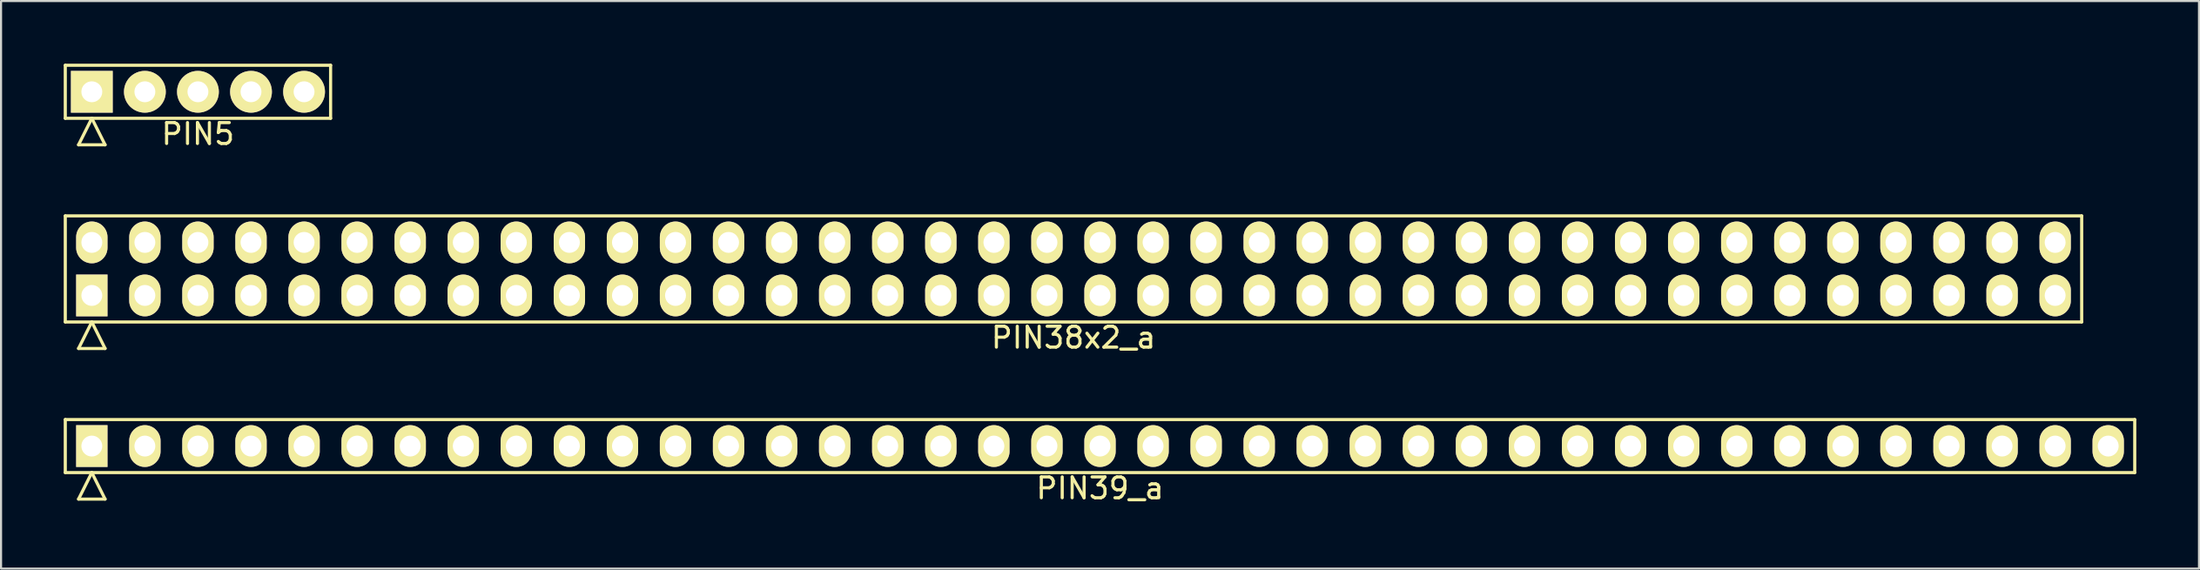
<source format=kicad_pcb>
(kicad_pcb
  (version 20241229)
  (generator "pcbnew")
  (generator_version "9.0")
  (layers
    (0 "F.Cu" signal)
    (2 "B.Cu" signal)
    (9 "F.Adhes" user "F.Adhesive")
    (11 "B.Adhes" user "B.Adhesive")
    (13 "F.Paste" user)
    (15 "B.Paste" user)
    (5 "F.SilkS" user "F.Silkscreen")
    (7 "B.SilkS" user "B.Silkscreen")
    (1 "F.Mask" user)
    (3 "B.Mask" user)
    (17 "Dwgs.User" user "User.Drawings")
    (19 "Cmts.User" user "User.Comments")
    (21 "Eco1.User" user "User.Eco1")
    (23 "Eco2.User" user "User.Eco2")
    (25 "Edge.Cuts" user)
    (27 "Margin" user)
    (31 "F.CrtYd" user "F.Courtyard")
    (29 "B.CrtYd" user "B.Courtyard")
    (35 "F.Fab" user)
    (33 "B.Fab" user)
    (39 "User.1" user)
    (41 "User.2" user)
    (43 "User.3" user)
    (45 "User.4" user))
  (footprint "PIN38x2_a"
    (layer "F.Cu")
    (at 48.335 9.828)
    (property "Reference" "PIN38x2_a" (at 0 3.29 0) (layer "F.SilkS") (effects (font (size 1 1) (thickness 0.15))))
    (attr through_hole)
    (fp_line (start -48.26 -2.54) (end -48.26 2.54) (stroke (width 0.15) (type solid)) (layer "F.SilkS"))
    (fp_line (start -48.26 2.54) (end 48.26 2.54) (stroke (width 0.15) (type solid)) (layer "F.SilkS"))
    (fp_line (start -47.625 3.81) (end -46.99 2.54) (stroke (width 0.15) (type solid)) (layer "F.SilkS"))
    (fp_line (start -47.625 3.81) (end -46.355 3.81) (stroke (width 0.15) (type solid)) (layer "F.SilkS"))
    (fp_line (start -46.355 3.81) (end -46.99 2.54) (stroke (width 0.15) (type solid)) (layer "F.SilkS"))
    (fp_line (start 48.26 -2.54) (end -48.26 -2.54) (stroke (width 0.15) (type solid)) (layer "F.SilkS"))
    (fp_line (start 48.26 2.54) (end 48.26 -2.54) (stroke (width 0.15) (type solid)) (layer "F.SilkS"))
    (pad "1" thru_hole rect (at -46.99 1.27) (size 1.5 2) (drill 1) (layers "*.Cu" "*.Mask" "F.SilkS"))
    (pad "2" thru_hole oval (at -46.99 -1.27) (size 1.5 2) (drill 1) (layers "*.Cu" "*.Mask" "F.SilkS"))
    (pad "3" thru_hole oval (at -44.45 1.27) (size 1.5 2) (drill 1) (layers "*.Cu" "*.Mask" "F.SilkS"))
    (pad "4" thru_hole oval (at -44.45 -1.27) (size 1.5 2) (drill 1) (layers "*.Cu" "*.Mask" "F.SilkS"))
    (pad "5" thru_hole oval (at -41.91 1.27) (size 1.5 2) (drill 1) (layers "*.Cu" "*.Mask" "F.SilkS"))
    (pad "6" thru_hole oval (at -41.91 -1.27) (size 1.5 2) (drill 1) (layers "*.Cu" "*.Mask" "F.SilkS"))
    (pad "7" thru_hole oval (at -39.37 1.27) (size 1.5 2) (drill 1) (layers "*.Cu" "*.Mask" "F.SilkS"))
    (pad "8" thru_hole oval (at -39.37 -1.27) (size 1.5 2) (drill 1) (layers "*.Cu" "*.Mask" "F.SilkS"))
    (pad "9" thru_hole oval (at -36.83 1.27) (size 1.5 2) (drill 1) (layers "*.Cu" "*.Mask" "F.SilkS"))
    (pad "10" thru_hole oval (at -36.83 -1.27) (size 1.5 2) (drill 1) (layers "*.Cu" "*.Mask" "F.SilkS"))
    (pad "11" thru_hole oval (at -34.29 1.27) (size 1.5 2) (drill 1) (layers "*.Cu" "*.Mask" "F.SilkS"))
    (pad "12" thru_hole oval (at -34.29 -1.27) (size 1.5 2) (drill 1) (layers "*.Cu" "*.Mask" "F.SilkS"))
    (pad "13" thru_hole oval (at -31.75 1.27) (size 1.5 2) (drill 1) (layers "*.Cu" "*.Mask" "F.SilkS"))
    (pad "14" thru_hole oval (at -31.75 -1.27) (size 1.5 2) (drill 1) (layers "*.Cu" "*.Mask" "F.SilkS"))
    (pad "15" thru_hole oval (at -29.21 1.27) (size 1.5 2) (drill 1) (layers "*.Cu" "*.Mask" "F.SilkS"))
    (pad "16" thru_hole oval (at -29.21 -1.27) (size 1.5 2) (drill 1) (layers "*.Cu" "*.Mask" "F.SilkS"))
    (pad "17" thru_hole oval (at -26.67 1.27) (size 1.5 2) (drill 1) (layers "*.Cu" "*.Mask" "F.SilkS"))
    (pad "18" thru_hole oval (at -26.67 -1.27) (size 1.5 2) (drill 1) (layers "*.Cu" "*.Mask" "F.SilkS"))
    (pad "19" thru_hole oval (at -24.13 1.27) (size 1.5 2) (drill 1) (layers "*.Cu" "*.Mask" "F.SilkS"))
    (pad "20" thru_hole oval (at -24.13 -1.27) (size 1.5 2) (drill 1) (layers "*.Cu" "*.Mask" "F.SilkS"))
    (pad "21" thru_hole oval (at -21.59 1.27) (size 1.5 2) (drill 1) (layers "*.Cu" "*.Mask" "F.SilkS"))
    (pad "22" thru_hole oval (at -21.59 -1.27) (size 1.5 2) (drill 1) (layers "*.Cu" "*.Mask" "F.SilkS"))
    (pad "23" thru_hole oval (at -19.05 1.27) (size 1.5 2) (drill 1) (layers "*.Cu" "*.Mask" "F.SilkS"))
    (pad "24" thru_hole oval (at -19.05 -1.27) (size 1.5 2) (drill 1) (layers "*.Cu" "*.Mask" "F.SilkS"))
    (pad "25" thru_hole oval (at -16.51 1.27) (size 1.5 2) (drill 1) (layers "*.Cu" "*.Mask" "F.SilkS"))
    (pad "26" thru_hole oval (at -16.51 -1.27) (size 1.5 2) (drill 1) (layers "*.Cu" "*.Mask" "F.SilkS"))
    (pad "27" thru_hole oval (at -13.97 1.27) (size 1.5 2) (drill 1) (layers "*.Cu" "*.Mask" "F.SilkS"))
    (pad "28" thru_hole oval (at -13.97 -1.27) (size 1.5 2) (drill 1) (layers "*.Cu" "*.Mask" "F.SilkS"))
    (pad "29" thru_hole oval (at -11.43 1.27) (size 1.5 2) (drill 1) (layers "*.Cu" "*.Mask" "F.SilkS"))
    (pad "30" thru_hole oval (at -11.43 -1.27) (size 1.5 2) (drill 1) (layers "*.Cu" "*.Mask" "F.SilkS"))
    (pad "31" thru_hole oval (at -8.89 1.27) (size 1.5 2) (drill 1) (layers "*.Cu" "*.Mask" "F.SilkS"))
    (pad "32" thru_hole oval (at -8.89 -1.27) (size 1.5 2) (drill 1) (layers "*.Cu" "*.Mask" "F.SilkS"))
    (pad "33" thru_hole oval (at -6.35 1.27) (size 1.5 2) (drill 1) (layers "*.Cu" "*.Mask" "F.SilkS"))
    (pad "34" thru_hole oval (at -6.35 -1.27) (size 1.5 2) (drill 1) (layers "*.Cu" "*.Mask" "F.SilkS"))
    (pad "35" thru_hole oval (at -3.81 1.27) (size 1.5 2) (drill 1) (layers "*.Cu" "*.Mask" "F.SilkS"))
    (pad "36" thru_hole oval (at -3.81 -1.27) (size 1.5 2) (drill 1) (layers "*.Cu" "*.Mask" "F.SilkS"))
    (pad "37" thru_hole oval (at -1.27 1.27) (size 1.5 2) (drill 1) (layers "*.Cu" "*.Mask" "F.SilkS"))
    (pad "38" thru_hole oval (at -1.27 -1.27) (size 1.5 2) (drill 1) (layers "*.Cu" "*.Mask" "F.SilkS"))
    (pad "39" thru_hole oval (at 1.27 1.27) (size 1.5 2) (drill 1) (layers "*.Cu" "*.Mask" "F.SilkS"))
    (pad "40" thru_hole oval (at 1.27 -1.27) (size 1.5 2) (drill 1) (layers "*.Cu" "*.Mask" "F.SilkS"))
    (pad "41" thru_hole oval (at 3.81 1.27) (size 1.5 2) (drill 1) (layers "*.Cu" "*.Mask" "F.SilkS"))
    (pad "42" thru_hole oval (at 3.81 -1.27) (size 1.5 2) (drill 1) (layers "*.Cu" "*.Mask" "F.SilkS"))
    (pad "43" thru_hole oval (at 6.35 1.27) (size 1.5 2) (drill 1) (layers "*.Cu" "*.Mask" "F.SilkS"))
    (pad "44" thru_hole oval (at 6.35 -1.27) (size 1.5 2) (drill 1) (layers "*.Cu" "*.Mask" "F.SilkS"))
    (pad "45" thru_hole oval (at 8.89 1.27) (size 1.5 2) (drill 1) (layers "*.Cu" "*.Mask" "F.SilkS"))
    (pad "46" thru_hole oval (at 8.89 -1.27) (size 1.5 2) (drill 1) (layers "*.Cu" "*.Mask" "F.SilkS"))
    (pad "47" thru_hole oval (at 11.43 1.27) (size 1.5 2) (drill 1) (layers "*.Cu" "*.Mask" "F.SilkS"))
    (pad "48" thru_hole oval (at 11.43 -1.27) (size 1.5 2) (drill 1) (layers "*.Cu" "*.Mask" "F.SilkS"))
    (pad "49" thru_hole oval (at 13.97 1.27) (size 1.5 2) (drill 1) (layers "*.Cu" "*.Mask" "F.SilkS"))
    (pad "50" thru_hole oval (at 13.97 -1.27) (size 1.5 2) (drill 1) (layers "*.Cu" "*.Mask" "F.SilkS"))
    (pad "51" thru_hole oval (at 16.51 1.27) (size 1.5 2) (drill 1) (layers "*.Cu" "*.Mask" "F.SilkS"))
    (pad "52" thru_hole oval (at 16.51 -1.27) (size 1.5 2) (drill 1) (layers "*.Cu" "*.Mask" "F.SilkS"))
    (pad "53" thru_hole oval (at 19.05 1.27) (size 1.5 2) (drill 1) (layers "*.Cu" "*.Mask" "F.SilkS"))
    (pad "54" thru_hole oval (at 19.05 -1.27) (size 1.5 2) (drill 1) (layers "*.Cu" "*.Mask" "F.SilkS"))
    (pad "55" thru_hole oval (at 21.59 1.27) (size 1.5 2) (drill 1) (layers "*.Cu" "*.Mask" "F.SilkS"))
    (pad "56" thru_hole oval (at 21.59 -1.27) (size 1.5 2) (drill 1) (layers "*.Cu" "*.Mask" "F.SilkS"))
    (pad "57" thru_hole oval (at 24.13 1.27) (size 1.5 2) (drill 1) (layers "*.Cu" "*.Mask" "F.SilkS"))
    (pad "58" thru_hole oval (at 24.13 -1.27) (size 1.5 2) (drill 1) (layers "*.Cu" "*.Mask" "F.SilkS"))
    (pad "59" thru_hole oval (at 26.67 1.27) (size 1.5 2) (drill 1) (layers "*.Cu" "*.Mask" "F.SilkS"))
    (pad "60" thru_hole oval (at 26.67 -1.27) (size 1.5 2) (drill 1) (layers "*.Cu" "*.Mask" "F.SilkS"))
    (pad "61" thru_hole oval (at 29.21 1.27) (size 1.5 2) (drill 1) (layers "*.Cu" "*.Mask" "F.SilkS"))
    (pad "62" thru_hole oval (at 29.21 -1.27) (size 1.5 2) (drill 1) (layers "*.Cu" "*.Mask" "F.SilkS"))
    (pad "63" thru_hole oval (at 31.75 1.27) (size 1.5 2) (drill 1) (layers "*.Cu" "*.Mask" "F.SilkS"))
    (pad "64" thru_hole oval (at 31.75 -1.27) (size 1.5 2) (drill 1) (layers "*.Cu" "*.Mask" "F.SilkS"))
    (pad "65" thru_hole oval (at 34.29 1.27) (size 1.5 2) (drill 1) (layers "*.Cu" "*.Mask" "F.SilkS"))
    (pad "66" thru_hole oval (at 34.29 -1.27) (size 1.5 2) (drill 1) (layers "*.Cu" "*.Mask" "F.SilkS"))
    (pad "67" thru_hole oval (at 36.83 1.27) (size 1.5 2) (drill 1) (layers "*.Cu" "*.Mask" "F.SilkS"))
    (pad "68" thru_hole oval (at 36.83 -1.27) (size 1.5 2) (drill 1) (layers "*.Cu" "*.Mask" "F.SilkS"))
    (pad "69" thru_hole oval (at 39.37 1.27) (size 1.5 2) (drill 1) (layers "*.Cu" "*.Mask" "F.SilkS"))
    (pad "70" thru_hole oval (at 39.37 -1.27) (size 1.5 2) (drill 1) (layers "*.Cu" "*.Mask" "F.SilkS"))
    (pad "71" thru_hole oval (at 41.91 1.27) (size 1.5 2) (drill 1) (layers "*.Cu" "*.Mask" "F.SilkS"))
    (pad "72" thru_hole oval (at 41.91 -1.27) (size 1.5 2) (drill 1) (layers "*.Cu" "*.Mask" "F.SilkS"))
    (pad "73" thru_hole oval (at 44.45 1.27) (size 1.5 2) (drill 1) (layers "*.Cu" "*.Mask" "F.SilkS"))
    (pad "74" thru_hole oval (at 44.45 -1.27) (size 1.5 2) (drill 1) (layers "*.Cu" "*.Mask" "F.SilkS"))
    (pad "75" thru_hole oval (at 46.99 1.27) (size 1.5 2) (drill 1) (layers "*.Cu" "*.Mask" "F.SilkS"))
    (pad "76" thru_hole oval (at 46.99 -1.27) (size 1.5 2) (drill 1) (layers "*.Cu" "*.Mask" "F.SilkS")))
  (footprint "PIN39_a"
    (layer "F.Cu")
    (at 49.605 18.311)
    (property "Reference" "PIN39_a" (at 0 2.02 0) (layer "F.SilkS") (effects (font (size 1 1) (thickness 0.15))))
    (attr through_hole)
    (fp_line (start -49.53 -1.27) (end -49.53 1.27) (stroke (width 0.15) (type solid)) (layer "F.SilkS"))
    (fp_line (start -49.53 1.27) (end 49.53 1.27) (stroke (width 0.15) (type solid)) (layer "F.SilkS"))
    (fp_line (start -48.895 2.54) (end -48.26 1.27) (stroke (width 0.15) (type solid)) (layer "F.SilkS"))
    (fp_line (start -48.895 2.54) (end -47.625 2.54) (stroke (width 0.15) (type solid)) (layer "F.SilkS"))
    (fp_line (start -47.625 2.54) (end -48.26 1.27) (stroke (width 0.15) (type solid)) (layer "F.SilkS"))
    (fp_line (start 49.53 -1.27) (end -49.53 -1.27) (stroke (width 0.15) (type solid)) (layer "F.SilkS"))
    (fp_line (start 49.53 1.27) (end 49.53 -1.27) (stroke (width 0.15) (type solid)) (layer "F.SilkS"))
    (pad "1" thru_hole rect (at -48.26 0) (size 1.5 2) (drill 1) (layers "*.Cu" "*.Mask" "F.SilkS"))
    (pad "2" thru_hole oval (at -45.72 0) (size 1.5 2) (drill 1) (layers "*.Cu" "*.Mask" "F.SilkS"))
    (pad "3" thru_hole oval (at -43.18 0) (size 1.5 2) (drill 1) (layers "*.Cu" "*.Mask" "F.SilkS"))
    (pad "4" thru_hole oval (at -40.64 0) (size 1.5 2) (drill 1) (layers "*.Cu" "*.Mask" "F.SilkS"))
    (pad "5" thru_hole oval (at -38.1 0) (size 1.5 2) (drill 1) (layers "*.Cu" "*.Mask" "F.SilkS"))
    (pad "6" thru_hole oval (at -35.56 0) (size 1.5 2) (drill 1) (layers "*.Cu" "*.Mask" "F.SilkS"))
    (pad "7" thru_hole oval (at -33.02 0) (size 1.5 2) (drill 1) (layers "*.Cu" "*.Mask" "F.SilkS"))
    (pad "8" thru_hole oval (at -30.48 0) (size 1.5 2) (drill 1) (layers "*.Cu" "*.Mask" "F.SilkS"))
    (pad "9" thru_hole oval (at -27.94 0) (size 1.5 2) (drill 1) (layers "*.Cu" "*.Mask" "F.SilkS"))
    (pad "10" thru_hole oval (at -25.4 0) (size 1.5 2) (drill 1) (layers "*.Cu" "*.Mask" "F.SilkS"))
    (pad "11" thru_hole oval (at -22.86 0) (size 1.5 2) (drill 1) (layers "*.Cu" "*.Mask" "F.SilkS"))
    (pad "12" thru_hole oval (at -20.32 0) (size 1.5 2) (drill 1) (layers "*.Cu" "*.Mask" "F.SilkS"))
    (pad "13" thru_hole oval (at -17.78 0) (size 1.5 2) (drill 1) (layers "*.Cu" "*.Mask" "F.SilkS"))
    (pad "14" thru_hole oval (at -15.24 0) (size 1.5 2) (drill 1) (layers "*.Cu" "*.Mask" "F.SilkS"))
    (pad "15" thru_hole oval (at -12.7 0) (size 1.5 2) (drill 1) (layers "*.Cu" "*.Mask" "F.SilkS"))
    (pad "16" thru_hole oval (at -10.16 0) (size 1.5 2) (drill 1) (layers "*.Cu" "*.Mask" "F.SilkS"))
    (pad "17" thru_hole oval (at -7.62 0) (size 1.5 2) (drill 1) (layers "*.Cu" "*.Mask" "F.SilkS"))
    (pad "18" thru_hole oval (at -5.08 0) (size 1.5 2) (drill 1) (layers "*.Cu" "*.Mask" "F.SilkS"))
    (pad "19" thru_hole oval (at -2.54 0) (size 1.5 2) (drill 1) (layers "*.Cu" "*.Mask" "F.SilkS"))
    (pad "20" thru_hole oval (at 0 0) (size 1.5 2) (drill 1) (layers "*.Cu" "*.Mask" "F.SilkS"))
    (pad "21" thru_hole oval (at 2.54 0) (size 1.5 2) (drill 1) (layers "*.Cu" "*.Mask" "F.SilkS"))
    (pad "22" thru_hole oval (at 5.08 0) (size 1.5 2) (drill 1) (layers "*.Cu" "*.Mask" "F.SilkS"))
    (pad "23" thru_hole oval (at 7.62 0) (size 1.5 2) (drill 1) (layers "*.Cu" "*.Mask" "F.SilkS"))
    (pad "24" thru_hole oval (at 10.16 0) (size 1.5 2) (drill 1) (layers "*.Cu" "*.Mask" "F.SilkS"))
    (pad "25" thru_hole oval (at 12.7 0) (size 1.5 2) (drill 1) (layers "*.Cu" "*.Mask" "F.SilkS"))
    (pad "26" thru_hole oval (at 15.24 0) (size 1.5 2) (drill 1) (layers "*.Cu" "*.Mask" "F.SilkS"))
    (pad "27" thru_hole oval (at 17.78 0) (size 1.5 2) (drill 1) (layers "*.Cu" "*.Mask" "F.SilkS"))
    (pad "28" thru_hole oval (at 20.32 0) (size 1.5 2) (drill 1) (layers "*.Cu" "*.Mask" "F.SilkS"))
    (pad "29" thru_hole oval (at 22.86 0) (size 1.5 2) (drill 1) (layers "*.Cu" "*.Mask" "F.SilkS"))
    (pad "30" thru_hole oval (at 25.4 0) (size 1.5 2) (drill 1) (layers "*.Cu" "*.Mask" "F.SilkS"))
    (pad "31" thru_hole oval (at 27.94 0) (size 1.5 2) (drill 1) (layers "*.Cu" "*.Mask" "F.SilkS"))
    (pad "32" thru_hole oval (at 30.48 0) (size 1.5 2) (drill 1) (layers "*.Cu" "*.Mask" "F.SilkS"))
    (pad "33" thru_hole oval (at 33.02 0) (size 1.5 2) (drill 1) (layers "*.Cu" "*.Mask" "F.SilkS"))
    (pad "34" thru_hole oval (at 35.56 0) (size 1.5 2) (drill 1) (layers "*.Cu" "*.Mask" "F.SilkS"))
    (pad "35" thru_hole oval (at 38.1 0) (size 1.5 2) (drill 1) (layers "*.Cu" "*.Mask" "F.SilkS"))
    (pad "36" thru_hole oval (at 40.64 0) (size 1.5 2) (drill 1) (layers "*.Cu" "*.Mask" "F.SilkS"))
    (pad "37" thru_hole oval (at 43.18 0) (size 1.5 2) (drill 1) (layers "*.Cu" "*.Mask" "F.SilkS"))
    (pad "38" thru_hole oval (at 45.72 0) (size 1.5 2) (drill 1) (layers "*.Cu" "*.Mask" "F.SilkS"))
    (pad "39" thru_hole oval (at 48.26 0) (size 1.5 2) (drill 1) (layers "*.Cu" "*.Mask" "F.SilkS")))
  (footprint "PIN5"
    (layer "F.Cu")
    (at 6.425 1.345)
    (property "Reference" "PIN5" (at 0 2.02 0) (layer "F.SilkS") (effects (font (size 1 1) (thickness 0.15))))
    (attr through_hole)
    (fp_line (start -6.35 -1.27) (end -6.35 1.27) (stroke (width 0.15) (type solid)) (layer "F.SilkS"))
    (fp_line (start -6.35 1.27) (end 6.35 1.27) (stroke (width 0.15) (type solid)) (layer "F.SilkS"))
    (fp_line (start -5.715 2.54) (end -5.08 1.27) (stroke (width 0.15) (type solid)) (layer "F.SilkS"))
    (fp_line (start -5.715 2.54) (end -4.445 2.54) (stroke (width 0.15) (type solid)) (layer "F.SilkS"))
    (fp_line (start -4.445 2.54) (end -5.08 1.27) (stroke (width 0.15) (type solid)) (layer "F.SilkS"))
    (fp_line (start 6.35 -1.27) (end -6.35 -1.27) (stroke (width 0.15) (type solid)) (layer "F.SilkS"))
    (fp_line (start 6.35 1.27) (end 6.35 -1.27) (stroke (width 0.15) (type solid)) (layer "F.SilkS"))
    (pad "1" thru_hole rect (at -5.08 0) (size 2 2) (drill 1) (layers "*.Cu" "*.Mask" "F.SilkS"))
    (pad "2" thru_hole oval (at -2.54 0) (size 2 2) (drill 1) (layers "*.Cu" "*.Mask" "F.SilkS"))
    (pad "3" thru_hole oval (at 0 0) (size 2 2) (drill 1) (layers "*.Cu" "*.Mask" "F.SilkS"))
    (pad "4" thru_hole oval (at 2.54 0) (size 2 2) (drill 1) (layers "*.Cu" "*.Mask" "F.SilkS"))
    (pad "5" thru_hole oval (at 5.08 0) (size 2 2) (drill 1) (layers "*.Cu" "*.Mask" "F.SilkS")))
  (gr_rect
    (start -3 -3)
    (end 102.21 24.18)
    (stroke (width 0.1) (type default))
    (fill no)
    (layer "Edge.Cuts")))
</source>
